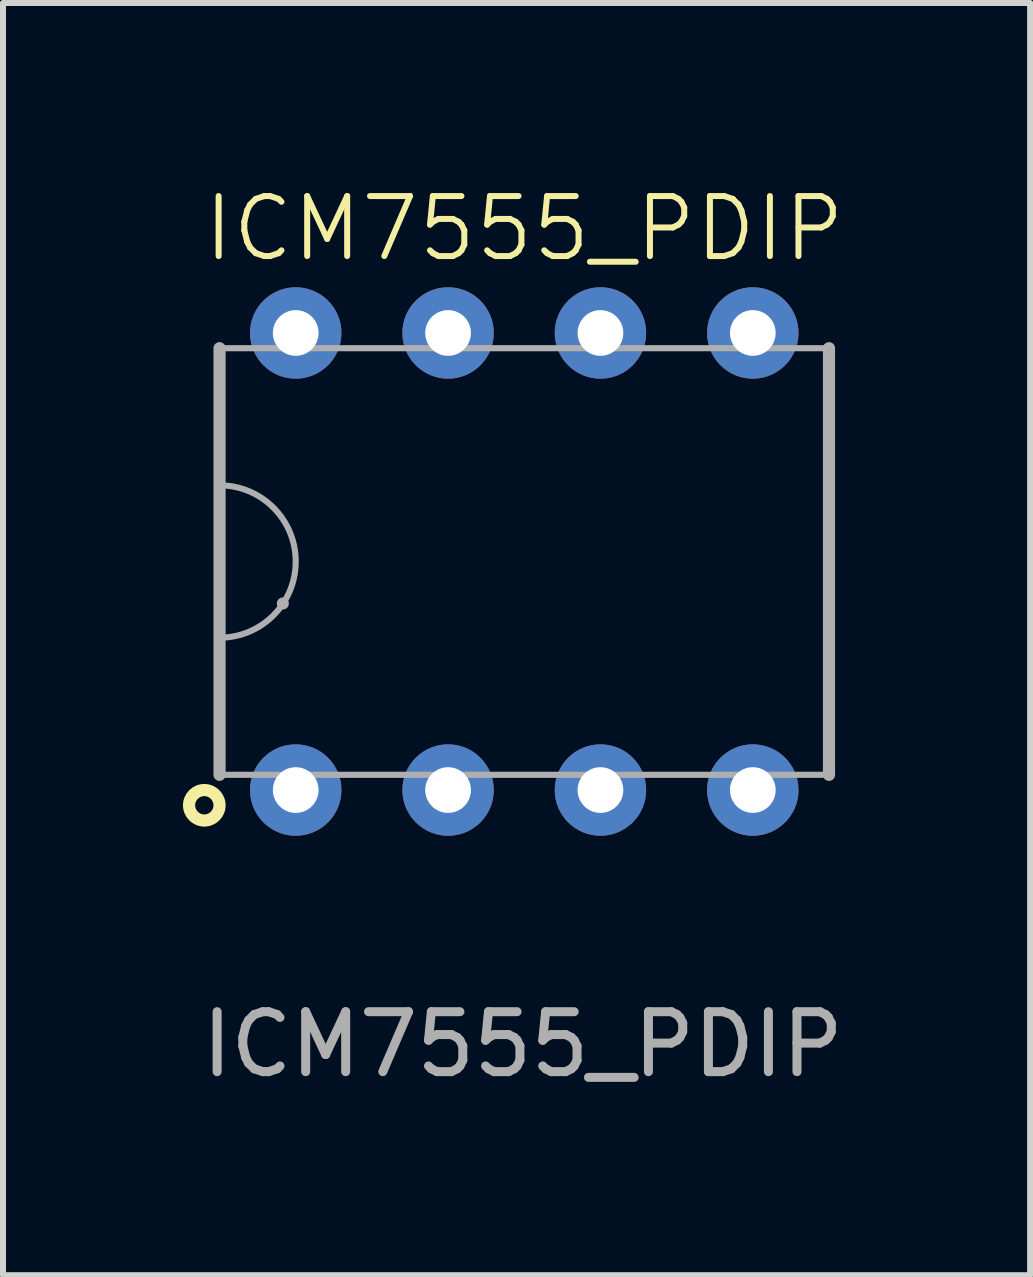
<source format=kicad_pcb>
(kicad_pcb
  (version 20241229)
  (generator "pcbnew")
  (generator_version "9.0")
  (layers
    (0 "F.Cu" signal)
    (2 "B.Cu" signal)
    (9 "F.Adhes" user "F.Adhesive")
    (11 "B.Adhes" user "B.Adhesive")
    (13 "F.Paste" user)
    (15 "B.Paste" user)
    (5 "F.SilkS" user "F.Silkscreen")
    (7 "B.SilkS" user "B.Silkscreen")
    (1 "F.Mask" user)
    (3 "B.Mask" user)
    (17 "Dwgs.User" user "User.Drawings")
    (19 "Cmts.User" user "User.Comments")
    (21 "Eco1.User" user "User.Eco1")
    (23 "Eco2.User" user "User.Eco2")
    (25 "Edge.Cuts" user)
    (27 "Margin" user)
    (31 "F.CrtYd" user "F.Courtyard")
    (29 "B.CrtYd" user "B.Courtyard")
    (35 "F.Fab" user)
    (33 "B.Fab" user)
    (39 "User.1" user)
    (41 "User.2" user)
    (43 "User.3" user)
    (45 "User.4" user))
  (footprint "ICM7555_PDIP"
    (layer "F.Cu")
    (at 5.69 6.311)
    (property "Reference" "ICM7555_PDIP" (at 0 -5.55 0) (unlocked yes) (layer "F.SilkS") (effects (font (size 1 1) (thickness 0.1))))
    (attr through_hole)
    (fp_circle (center -5.334 4.064) (end -5.08 4.064) (stroke (width 0.203) (type solid)) (fill no) (layer "F.SilkS"))
    (fp_line (start -5.08 -3.556) (end -5.08 3.556) (stroke (width 0.203) (type default)) (layer "F.Fab"))
    (fp_line (start -5.08 -3.556) (end 5.08 -3.556) (stroke (width 0.102) (type default)) (layer "F.Fab"))
    (fp_line (start -5.08 3.556) (end 5.08 3.556) (stroke (width 0.102) (type default)) (layer "F.Fab"))
    (fp_line (start 5.08 -3.556) (end 5.08 3.556) (stroke (width 0.203) (type default)) (layer "F.Fab"))
    (fp_line (start 5.08 3.556) (end 5.08 -3.556) (stroke (width 0.102) (type default)) (layer "F.Fab"))
    (fp_arc (start -5.08 -1.27) (mid -3.81 0) (end -5.08 1.27) (stroke (width 0.1016) (type default)) (layer "F.Fab"))
    (fp_arc (start -4.025 0.7) (mid -4.025 0.7) (end -4.025 0.7) (stroke (width 0.1016) (type default)) (layer "F.Fab"))
    (fp_text user "${REFERENCE}" (at -0.025 8.05 0) (unlocked yes) (layer "F.Fab") (effects (font (size 1 1) (thickness 0.15))))
    (pad "1" thru_hole circle (at -3.81 3.81) (size 1.524 1.524) (drill 0.762) (layers "*.Cu" "*.Mask"))
    (pad "2" thru_hole circle (at -1.27 3.81) (size 1.524 1.524) (drill 0.762) (layers "*.Cu" "*.Mask"))
    (pad "3" thru_hole circle (at 1.27 3.81) (size 1.524 1.524) (drill 0.762) (layers "*.Cu" "*.Mask"))
    (pad "4" thru_hole circle (at 3.81 3.81) (size 1.524 1.524) (drill 0.762) (layers "*.Cu" "*.Mask"))
    (pad "5" thru_hole circle (at 3.81 -3.81) (size 1.524 1.524) (drill 0.762) (layers "*.Cu" "*.Mask"))
    (pad "6" thru_hole circle (at 1.27 -3.81) (size 1.524 1.524) (drill 0.762) (layers "*.Cu" "*.Mask"))
    (pad "7" thru_hole circle (at -1.27 -3.81) (size 1.524 1.524) (drill 0.762) (layers "*.Cu" "*.Mask"))
    (pad "8" thru_hole circle (at -3.81 -3.81) (size 1.524 1.524) (drill 0.762) (layers "*.Cu" "*.Mask")))
  (gr_rect
    (start -3 -3)
    (end 14.123 18.209)
    (stroke (width 0.1) (type default))
    (fill no)
    (layer "Edge.Cuts")))
</source>
